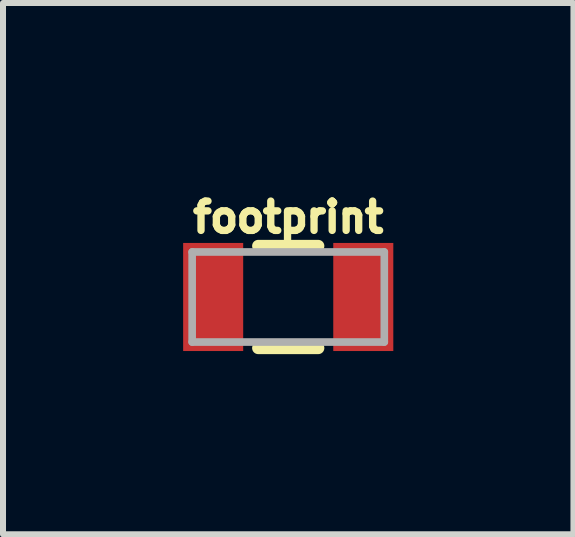
<source format=kicad_pcb>
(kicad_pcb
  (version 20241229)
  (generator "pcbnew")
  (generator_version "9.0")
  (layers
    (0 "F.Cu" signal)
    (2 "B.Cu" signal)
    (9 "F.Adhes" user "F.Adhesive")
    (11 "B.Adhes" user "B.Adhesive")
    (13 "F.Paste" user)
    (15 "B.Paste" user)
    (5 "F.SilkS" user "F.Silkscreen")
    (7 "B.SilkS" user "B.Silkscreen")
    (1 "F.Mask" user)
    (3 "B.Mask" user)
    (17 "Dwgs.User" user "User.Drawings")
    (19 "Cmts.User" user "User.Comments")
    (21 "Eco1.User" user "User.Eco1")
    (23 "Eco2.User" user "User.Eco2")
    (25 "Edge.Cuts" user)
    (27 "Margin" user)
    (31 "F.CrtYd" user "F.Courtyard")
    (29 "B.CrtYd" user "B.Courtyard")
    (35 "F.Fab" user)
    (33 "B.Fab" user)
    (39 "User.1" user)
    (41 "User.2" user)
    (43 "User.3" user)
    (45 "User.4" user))
  (footprint "footprint"
    (layer "F.Cu")
    (at 1.75 1.896)
    (property "Reference" "footprint" (at 0 -1.043 0) (layer "F.SilkS") (effects (font (size 0.488 0.488) (thickness 0.122)) (justify bottom)))
    (fp_line (start -0.5 -0.85) (end 0.5 -0.85) (stroke (width 0.203) (type solid)) (layer "F.SilkS"))
    (fp_line (start 0.5 0.85) (end -0.5 0.85) (stroke (width 0.203) (type solid)) (layer "F.SilkS"))
    (fp_line (start -1.6 -0.75) (end 1.6 -0.75) (stroke (width 0.127) (type solid)) (layer "F.Fab"))
    (fp_line (start -1.6 0.75) (end -1.6 -0.75) (stroke (width 0.127) (type solid)) (layer "F.Fab"))
    (fp_line (start 1.6 -0.75) (end 1.6 0.75) (stroke (width 0.127) (type solid)) (layer "F.Fab"))
    (fp_line (start 1.6 0.75) (end -1.6 0.75) (stroke (width 0.127) (type solid)) (layer "F.Fab"))
    (pad "P$1" smd rect (at -1.25 0) (size 1 1.8) (layers "F.Cu" "F.Mask" "F.Paste"))
    (pad "P$2" smd rect (at 1.25 0) (size 1 1.8) (layers "F.Cu" "F.Mask" "F.Paste")))
  (gr_rect
    (start -3 -3)
    (end 6.5 5.848)
    (stroke (width 0.1) (type default))
    (fill no)
    (layer "Edge.Cuts")))
</source>
